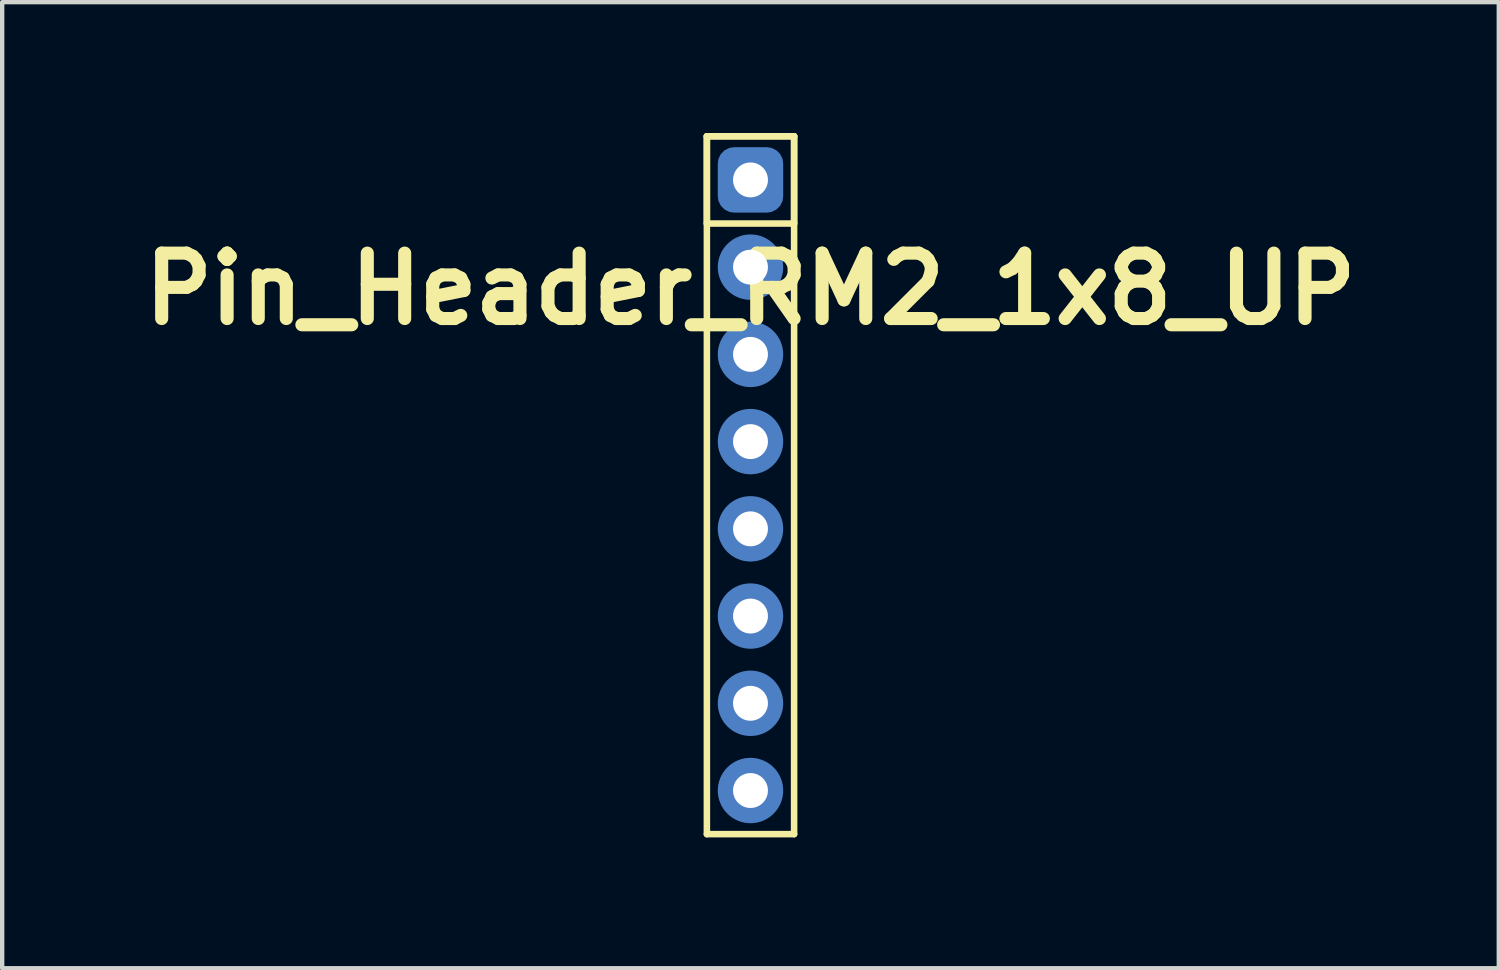
<source format=kicad_pcb>
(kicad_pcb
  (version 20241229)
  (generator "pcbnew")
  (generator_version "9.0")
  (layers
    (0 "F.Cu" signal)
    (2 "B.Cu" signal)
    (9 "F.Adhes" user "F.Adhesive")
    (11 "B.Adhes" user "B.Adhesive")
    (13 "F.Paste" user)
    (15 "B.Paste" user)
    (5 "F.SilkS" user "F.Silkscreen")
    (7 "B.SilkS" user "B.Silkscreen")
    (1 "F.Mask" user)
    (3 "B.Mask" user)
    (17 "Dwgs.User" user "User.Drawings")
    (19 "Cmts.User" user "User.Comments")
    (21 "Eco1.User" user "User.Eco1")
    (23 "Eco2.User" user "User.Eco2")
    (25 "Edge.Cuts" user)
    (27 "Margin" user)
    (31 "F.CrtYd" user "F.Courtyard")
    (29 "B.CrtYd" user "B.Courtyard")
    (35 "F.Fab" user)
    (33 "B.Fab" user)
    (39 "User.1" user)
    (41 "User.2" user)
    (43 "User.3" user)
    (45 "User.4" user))
  (footprint "Pin_Header_RM2_1x8_UP"
    (layer "F.Cu")
    (at 14.157 1.075)
    (property "Reference" "Pin_Header_RM2_1x8_UP" (at 0 2.5 0) (layer "F.SilkS") (effects (font (size 1.5 1.5) (thickness 0.3))))
    (attr through_hole)
    (fp_line (start -1 -1) (end 1 -1) (stroke (width 0.15) (type solid)) (layer "F.SilkS"))
    (fp_line (start -1 -1) (end 1 -1) (stroke (width 0.15) (type solid)) (layer "F.SilkS"))
    (fp_line (start -1 1) (end -1 -1) (stroke (width 0.15) (type solid)) (layer "F.SilkS"))
    (fp_line (start -1 15) (end -1 -1) (stroke (width 0.15) (type solid)) (layer "F.SilkS"))
    (fp_line (start 1 -1) (end 1 1) (stroke (width 0.15) (type solid)) (layer "F.SilkS"))
    (fp_line (start 1 -1) (end 1 15) (stroke (width 0.15) (type solid)) (layer "F.SilkS"))
    (fp_line (start 1 1) (end -1 1) (stroke (width 0.15) (type solid)) (layer "F.SilkS"))
    (fp_line (start 1 15) (end -1 15) (stroke (width 0.15) (type solid)) (layer "F.SilkS"))
    (pad "1" thru_hole circle (at 0 0) (size 1.1 1.1) (drill 0.8) (layers "*.Cu" "*.Mask"))
    (pad "1" smd roundrect (at 0 0) (size 1.25 1.25) (layers "F.Cu" "F.Mask") (roundrect_rratio 0.25))
    (pad "1" smd roundrect (at 0 0) (size 1.5 1.5) (layers "B.Cu" "B.Mask") (roundrect_rratio 0.25))
    (pad "2" thru_hole circle (at 0 2) (size 1.1 1.1) (drill 0.8) (layers "*.Cu" "*.Mask"))
    (pad "2" smd circle (at 0 2) (size 1.25 1.25) (layers "F.Cu" "F.Mask"))
    (pad "2" smd circle (at 0 2) (size 1.5 1.5) (layers "B.Cu" "B.Mask"))
    (pad "3" thru_hole circle (at 0 4) (size 1.1 1.1) (drill 0.8) (layers "*.Cu" "*.Mask"))
    (pad "3" smd circle (at 0 4) (size 1.25 1.25) (layers "F.Cu" "F.Mask"))
    (pad "3" smd circle (at 0 4) (size 1.5 1.5) (layers "B.Cu" "B.Mask"))
    (pad "4" thru_hole circle (at 0 6) (size 1.1 1.1) (drill 0.8) (layers "*.Cu" "*.Mask"))
    (pad "4" smd circle (at 0 6) (size 1.25 1.25) (layers "F.Cu" "F.Mask"))
    (pad "4" smd circle (at 0 6) (size 1.5 1.5) (layers "B.Cu" "B.Mask"))
    (pad "5" thru_hole circle (at 0 8) (size 1.1 1.1) (drill 0.8) (layers "*.Cu" "*.Mask"))
    (pad "5" smd circle (at 0 8) (size 1.25 1.25) (layers "F.Cu" "F.Mask"))
    (pad "5" smd circle (at 0 8) (size 1.5 1.5) (layers "B.Cu" "B.Mask"))
    (pad "6" thru_hole circle (at 0 10) (size 1.1 1.1) (drill 0.8) (layers "*.Cu" "*.Mask"))
    (pad "6" smd circle (at 0 10) (size 1.25 1.25) (layers "F.Cu" "F.Mask"))
    (pad "6" smd circle (at 0 10) (size 1.5 1.5) (layers "B.Cu" "B.Mask"))
    (pad "7" thru_hole circle (at 0 12) (size 1.1 1.1) (drill 0.8) (layers "*.Cu" "*.Mask"))
    (pad "7" smd circle (at 0 12) (size 1.25 1.25) (layers "F.Cu" "F.Mask"))
    (pad "7" smd circle (at 0 12) (size 1.5 1.5) (layers "B.Cu" "B.Mask"))
    (pad "8" thru_hole circle (at 0 14) (size 1.1 1.1) (drill 0.8) (layers "*.Cu" "*.Mask"))
    (pad "8" smd circle (at 0 14) (size 1.25 1.25) (layers "F.Cu" "F.Mask"))
    (pad "8" smd circle (at 0 14) (size 1.5 1.5) (layers "B.Cu" "B.Mask")))
  (gr_rect
    (start -3 -3)
    (end 31.314 19.15)
    (stroke (width 0.1) (type default))
    (fill no)
    (layer "Edge.Cuts")))
</source>
